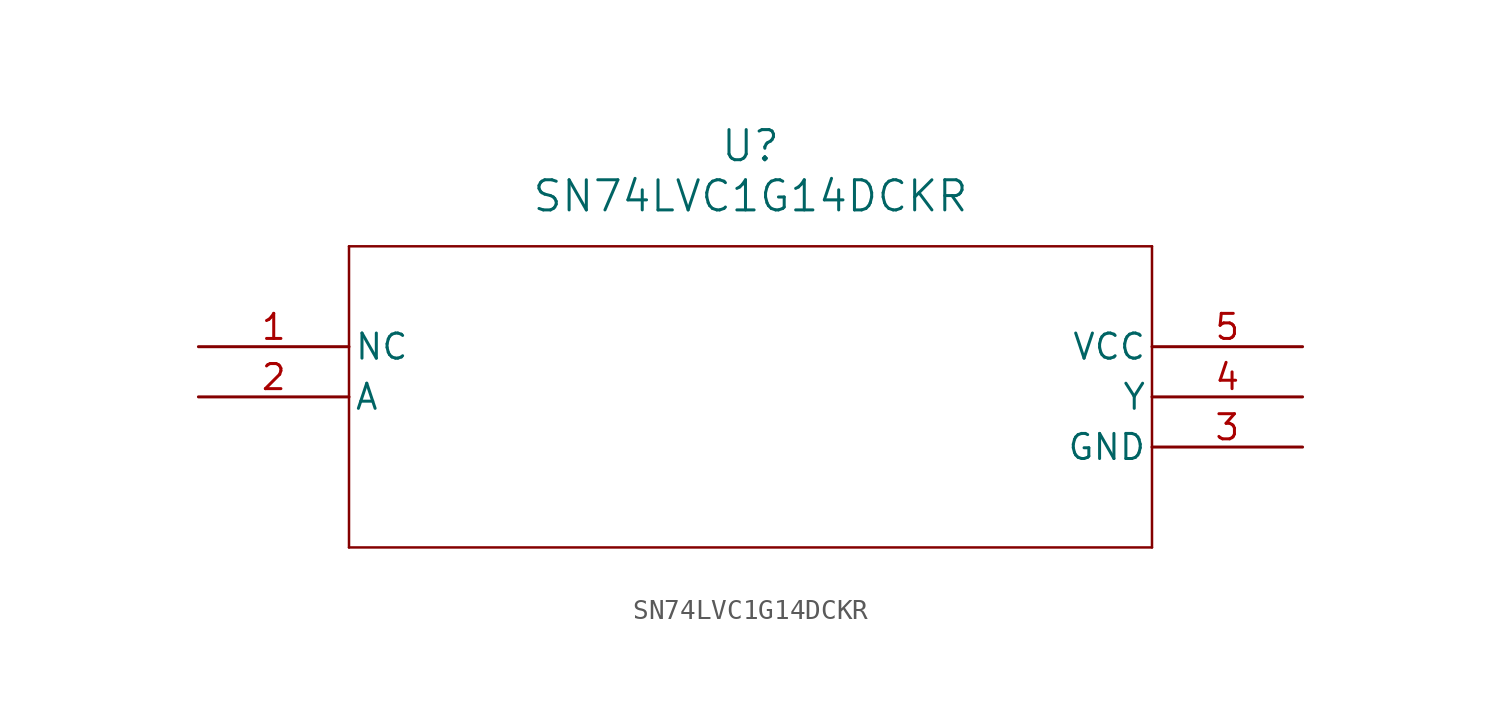
<source format=kicad_sym>
(kicad_symbol_lib
  (version 20211014)
  (generator kicad_symbol_editor)
  (symbol "SN74LVC1G14DCKR"
    (pin_names
      (offset 0.254))
    (property "Reference" "U"
      (at 27.94 10.16 0)
      (effects (font (size 1.524 1.524))))
    (property "Value" "SN74LVC1G14DCKR"
      (at 27.94 7.62 0)
      (effects (font (size 1.524 1.524))))
    (symbol "SN74LVC1G14DCKR_0_1"
      (polyline (pts (xy 7.62 5.08) (xy 7.62 -10.16)) (stroke (width 0.127) (type default) (color 0 0 0 0)) (fill (type none)))
      (polyline (pts (xy 7.62 -10.16) (xy 48.26 -10.16)) (stroke (width 0.127) (type default) (color 0 0 0 0)) (fill (type none)))
      (polyline (pts (xy 48.26 -10.16) (xy 48.26 5.08)) (stroke (width 0.127) (type default) (color 0 0 0 0)) (fill (type none)))
      (polyline (pts (xy 48.26 5.08) (xy 7.62 5.08)) (stroke (width 0.127) (type default) (color 0 0 0 0)) (fill (type none)))
      (pin unspecified line (at 0 0 0) (length 7.62) (name "NC" (effects (font (size 1.27 1.27)))) (number "1" (effects (font (size 1.27 1.27)))))
      (pin input line (at 0 -2.54 0) (length 7.62) (name "A" (effects (font (size 1.27 1.27)))) (number "2" (effects (font (size 1.27 1.27)))))
      (pin power_in line (at 55.88 -5.08 180) (length 7.62) (name "GND" (effects (font (size 1.27 1.27)))) (number "3" (effects (font (size 1.27 1.27)))))
      (pin output line (at 55.88 -2.54 180) (length 7.62) (name "Y" (effects (font (size 1.27 1.27)))) (number "4" (effects (font (size 1.27 1.27)))))
      (pin power_in line (at 55.88 0 180) (length 7.62) (name "VCC" (effects (font (size 1.27 1.27)))) (number "5" (effects (font (size 1.27 1.27))))))))
</source>
